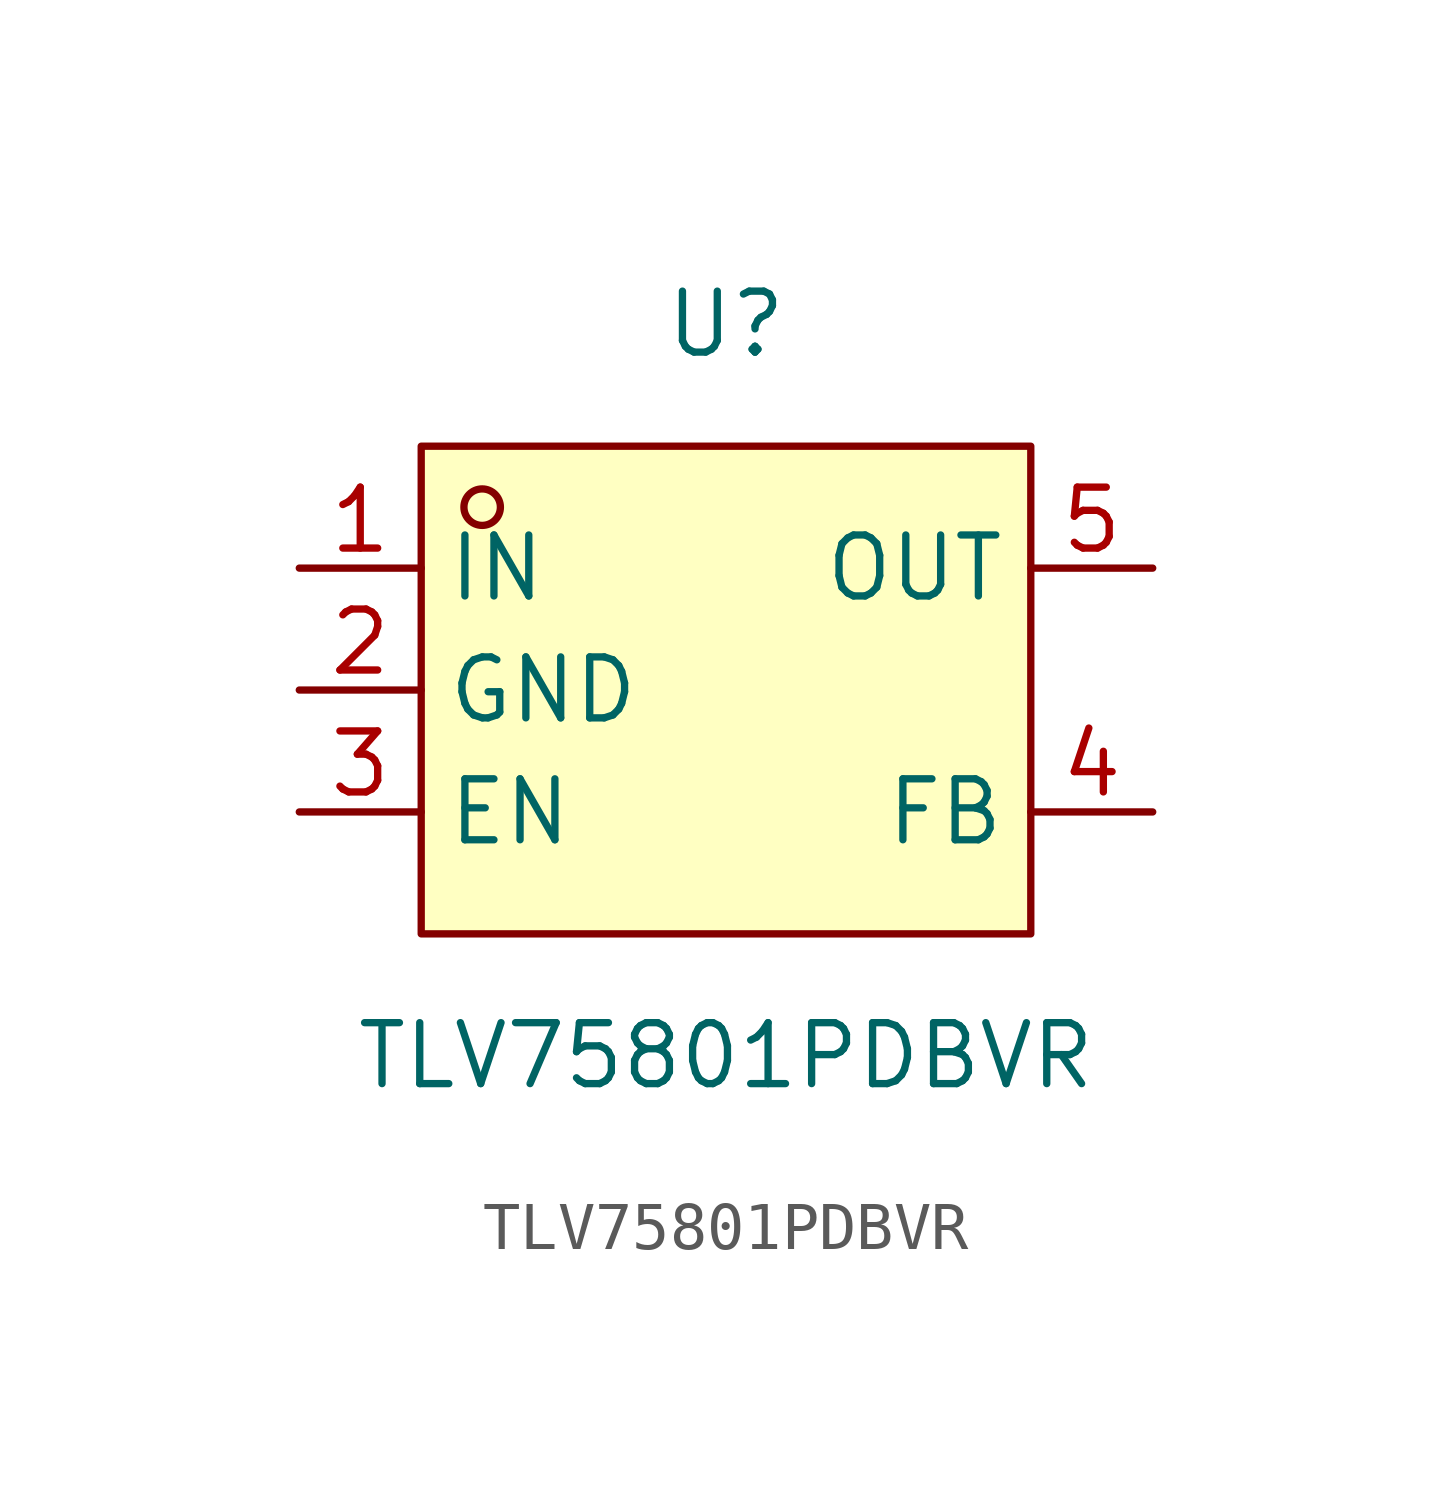
<source format=kicad_sym>
(kicad_symbol_lib
  (version 20211014)
  (generator https://github.com/uPesy/easyeda2kicad.py)
  (symbol "TLV75801PDBVR"
    (property "Reference" "U"
      (at 0 7.62 0)
      (effects (font (size 1.27 1.27))))
    (property "Value" "TLV75801PDBVR"
      (at 0 -7.62 0)
      (effects (font (size 1.27 1.27))))
    (symbol "TLV75801PDBVR_0_1"
      (rectangle (start -6.35 5.08) (end 6.35 -5.08) (stroke (width 0) (type default) (color 0 0 0 0)) (fill (type background)))
      (circle (center -5.08 3.81) (radius 0.38) (stroke (width 0) (type default) (color 0 0 0 0)) (fill (type none)))
      (pin unspecified line (at -8.89 2.54 0) (length 2.54) (name "IN" (effects (font (size 1.27 1.27)))) (number "1" (effects (font (size 1.27 1.27)))))
      (pin unspecified line (at -8.89 -0.00 0) (length 2.54) (name "GND" (effects (font (size 1.27 1.27)))) (number "2" (effects (font (size 1.27 1.27)))))
      (pin unspecified line (at -8.89 -2.54 0) (length 2.54) (name "EN" (effects (font (size 1.27 1.27)))) (number "3" (effects (font (size 1.27 1.27)))))
      (pin unspecified line (at 8.89 -2.54 180) (length 2.54) (name "FB" (effects (font (size 1.27 1.27)))) (number "4" (effects (font (size 1.27 1.27)))))
      (pin unspecified line (at 8.89 2.54 180) (length 2.54) (name "OUT" (effects (font (size 1.27 1.27)))) (number "5" (effects (font (size 1.27 1.27))))))))
</source>
